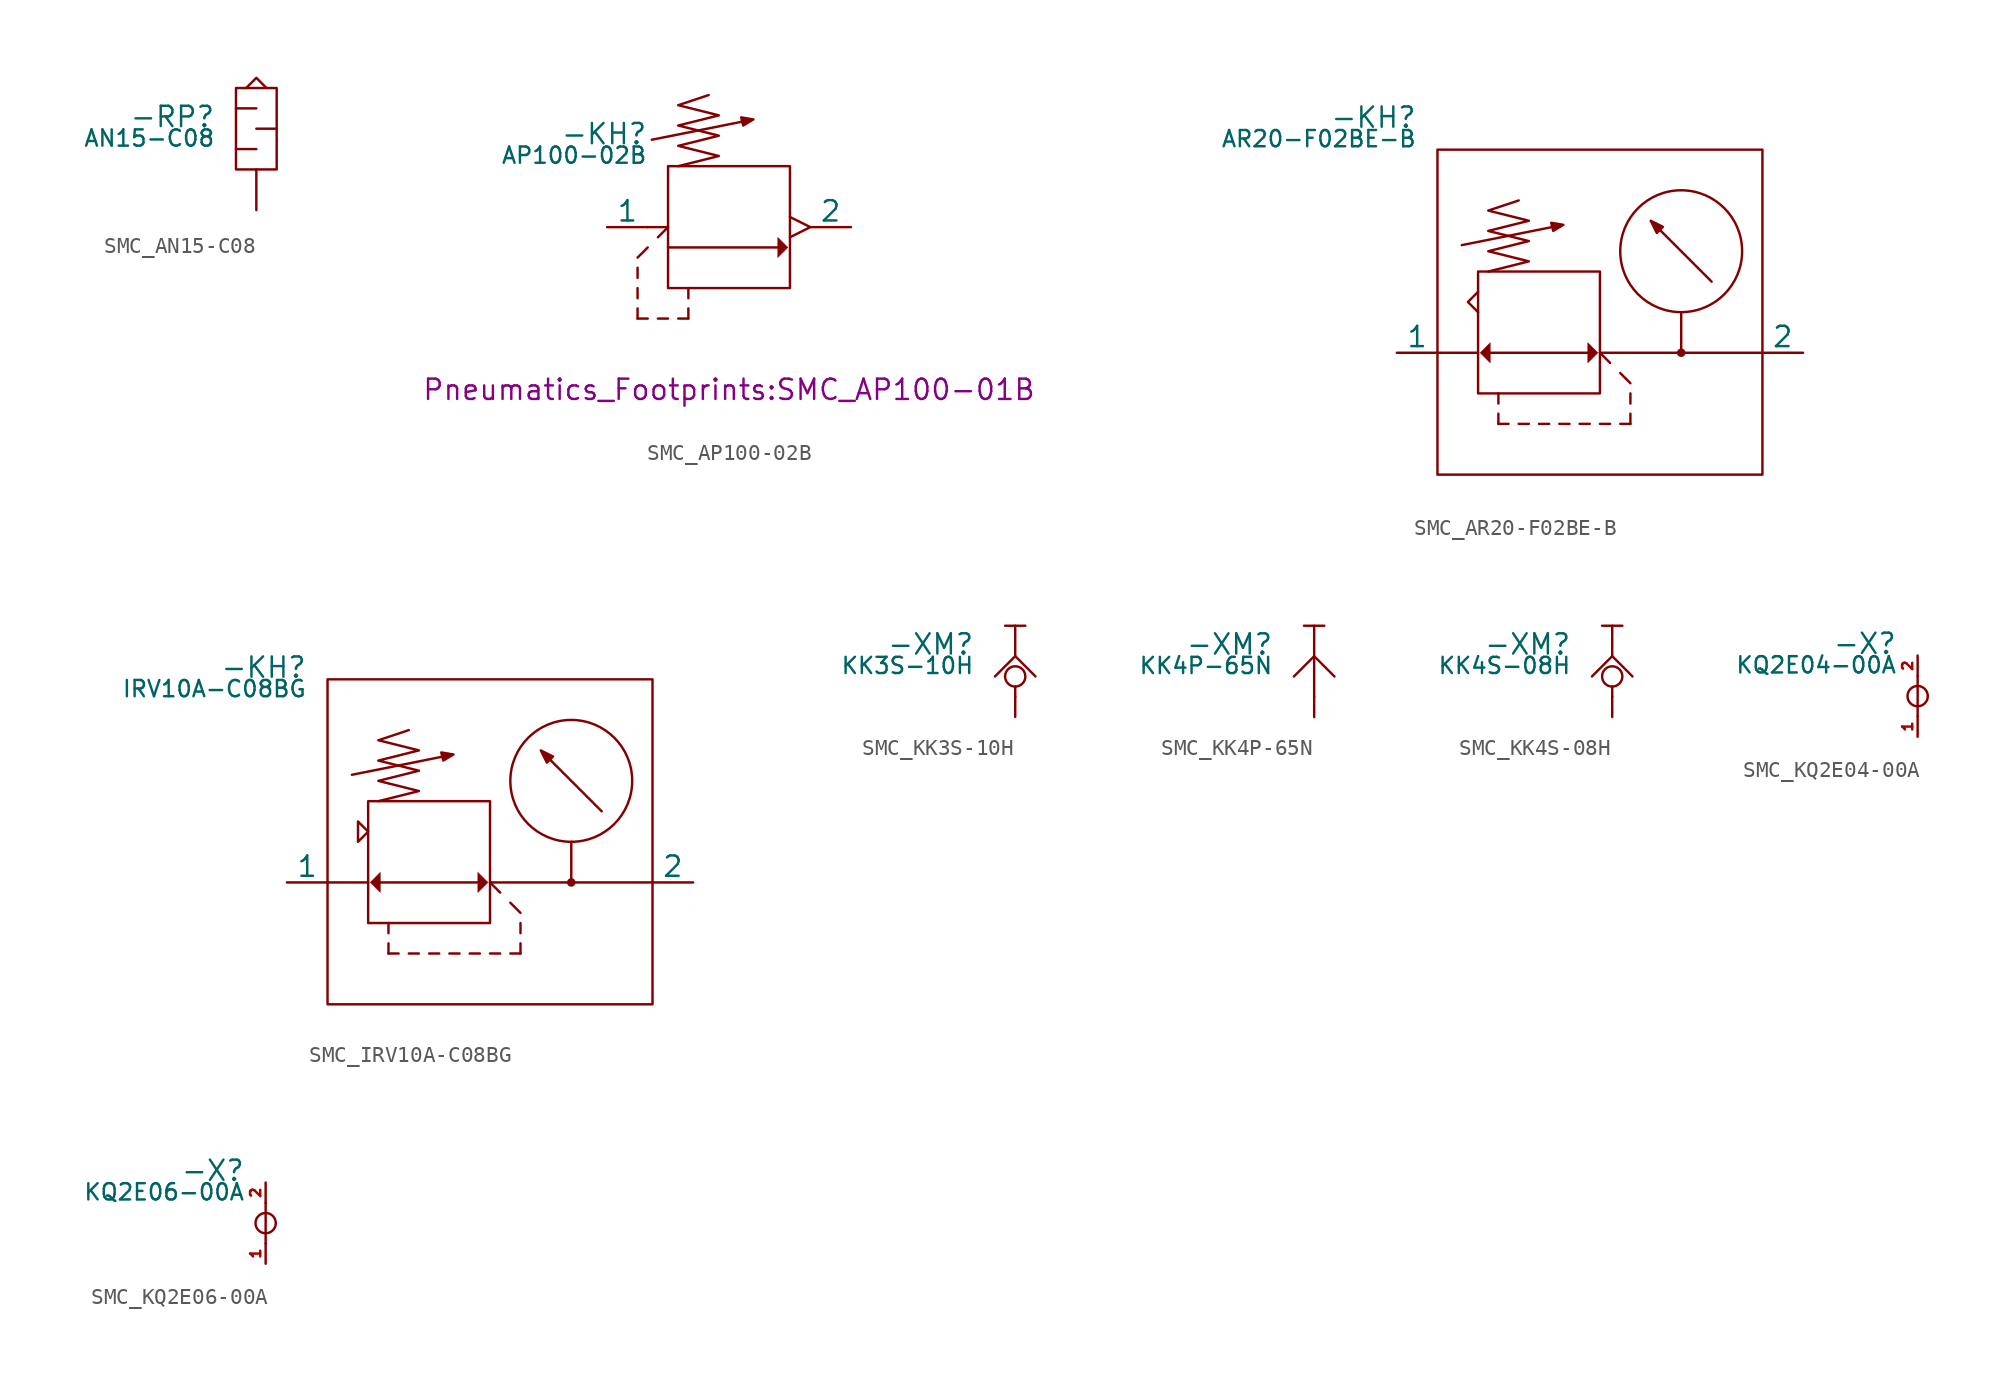
<source format=kicad_sym>
(kicad_symbol_lib
  (version 20231120)
  (generator "kicad_symbol_editor")
  (generator_version "8.0")
  (symbol "SMC_AN15-C08"
    (pin_numbers hide)
    (pin_names hide)
    (property "Reference" "-RP"
      (at -2.54 2.54 0)
      (effects (font (size 1.27 1.27)) (justify right bottom)))
    (property "Value" "${PartNo}"
      (at -2.54 2.54 0)
      (effects (font (size 1.016 1.016)) (justify right top)))
    (property "PartNo" "AN15-C08"
      (at -2.54 2.54 0)
      (effects (font (size 1.016 1.016)) (justify right top) (hide yes)))
    (symbol "SMC_AN15-C08_0_1"
      (rectangle (start -1.27 5.08) (end 1.27 0) (stroke (width 0) (type default)) (fill (type none)))
      (polyline (pts (xy -1.27 1.27) (xy 0 1.27)) (stroke (width 0) (type default)) (fill (type none)))
      (polyline (pts (xy -1.27 3.81) (xy 0 3.81)) (stroke (width 0) (type default)) (fill (type none)))
      (polyline (pts (xy 1.27 2.54) (xy 0 2.54)) (stroke (width 0) (type default)) (fill (type none)))
      (polyline (pts (xy -0.635 5.08) (xy 0 5.715) (xy 0.635 5.08)) (stroke (width 0) (type default)) (fill (type none))))
    (symbol "SMC_AN15-C08_1_1"
      (pin passive line (at 0 -2.54 90) (length 2.54) (name "1" (effects (font (size 1.27 1.27)))) (number "1" (effects (font (size 1.27 1.27)))))))
  (symbol "SMC_AP100-02B"
    (pin_numbers hide)
    (pin_names
      (offset 0))
    (property "Reference" "-KH"
      (at -5.08 5.08 0)
      (effects (font (size 1.27 1.27)) (justify right bottom)))
    (property "Value" "${PartNo}"
      (at -5.08 5.08 0)
      (effects (font (size 1.016 1.016)) (justify right top)))
    (property "Footprint" "Pneumatics_Footprints:SMC_AP100-01B"
      (at 0 -10.16 0)
      (effects (font (size 1.27 1.27))))
    (property "PartNo" "AP100-02B"
      (at -5.08 5.08 0)
      (effects (font (size 1.016 1.016)) (justify right top) (hide yes)))
    (symbol "SMC_AP100-02B_0_1"
      (rectangle (start -3.81 3.81) (end 3.81 -3.81) (stroke (width 0) (type default)) (fill (type none)))
      (polyline (pts (xy -5.715 -5.08) (xy -5.715 -5.715)) (stroke (width 0) (type default)) (fill (type none)))
      (polyline (pts (xy -5.715 -3.81) (xy -5.715 -4.445)) (stroke (width 0) (type default)) (fill (type none)))
      (polyline (pts (xy -5.715 -2.54) (xy -5.715 -3.175)) (stroke (width 0) (type default)) (fill (type none)))
      (polyline (pts (xy -5.715 -1.905) (xy -5.08 -1.27)) (stroke (width 0) (type default)) (fill (type none)))
      (polyline (pts (xy -5.08 -5.715) (xy -5.715 -5.715)) (stroke (width 0) (type default)) (fill (type none)))
      (polyline (pts (xy -5.08 0) (xy -3.81 0)) (stroke (width 0) (type default)) (fill (type none)))
      (polyline (pts (xy -4.445 -0.635) (xy -3.81 0)) (stroke (width 0) (type default)) (fill (type none)))
      (polyline (pts (xy -3.81 -5.715) (xy -4.445 -5.715)) (stroke (width 0) (type default)) (fill (type none)))
      (polyline (pts (xy -2.54 -5.715) (xy -3.175 -5.715)) (stroke (width 0) (type default)) (fill (type none)))
      (polyline (pts (xy -2.54 -5.715) (xy -2.54 -5.08)) (stroke (width 0) (type default)) (fill (type none)))
      (polyline (pts (xy -2.54 -4.445) (xy -2.54 -3.81)) (stroke (width 0) (type default)) (fill (type none)))
      (polyline (pts (xy 3.048 -1.27) (xy -3.81 -1.27)) (stroke (width 0) (type default)) (fill (type none)))
      (polyline (pts (xy 3.81 0.635) (xy 5.08 0) (xy 3.81 -0.635)) (stroke (width 0) (type default)) (fill (type none)))
      (polyline (pts (xy 3.683 -1.27) (xy 3.048 -0.635) (xy 3.048 -1.905) (xy 3.683 -1.27)) (stroke (width 0.025) (type default)) (fill (type outline)))
      (polyline (pts (xy -4.826 5.461) (xy 1.524 6.731) (xy 0.889 6.35) (xy 0.762 6.858) (xy 1.524 6.731)) (stroke (width 0) (type default)) (fill (type outline)))
      (polyline (pts (xy -3.175 3.81) (xy -0.635 4.445) (xy -3.175 5.08) (xy -0.635 5.715) (xy -3.175 6.35) (xy -0.635 6.985) (xy -3.175 7.62) (xy -1.27 8.255)) (stroke (width 0) (type default)) (fill (type none))))
    (symbol "SMC_AP100-02B_1_1"
      (pin passive line (at -7.62 0 0) (length 2.54) (name "1" (effects (font (size 1.27 1.27)))) (number "1" (effects (font (size 1.27 1.27)))))
      (pin passive line (at 7.62 0 180) (length 2.54) (name "2" (effects (font (size 1.27 1.27)))) (number "2" (effects (font (size 1.27 1.27)))))))
  (symbol "SMC_AR20-F02BE-B"
    (pin_numbers hide)
    (pin_names
      (offset 0))
    (property "Reference" "-KH"
      (at -11.43 13.97 0)
      (effects (font (size 1.27 1.27)) (justify right bottom)))
    (property "Value" "${PartNo}"
      (at -11.43 13.97 0)
      (effects (font (size 1.016 1.016)) (justify right top)))
    (property "PartNo" "AR20-F02BE-B"
      (at -11.43 13.97 0)
      (effects (font (size 1.016 1.016)) (justify right top) (hide yes)))
    (symbol "SMC_AR20-F02BE-B_0_1"
      (rectangle (start -10.16 12.7) (end 10.16 -7.62) (stroke (width 0) (type default)) (fill (type none)))
      (rectangle (start -7.62 5.08) (end 0 -2.54) (stroke (width 0) (type default)) (fill (type none)))
      (polyline (pts (xy -10.16 0) (xy -7.62 0)) (stroke (width 0) (type default)) (fill (type none)))
      (polyline (pts (xy -6.35 -4.445) (xy -6.35 -3.81)) (stroke (width 0) (type default)) (fill (type none)))
      (polyline (pts (xy -6.35 -3.175) (xy -6.35 -2.54)) (stroke (width 0) (type default)) (fill (type none)))
      (polyline (pts (xy -5.715 -4.445) (xy -6.35 -4.445)) (stroke (width 0) (type default)) (fill (type none)))
      (polyline (pts (xy -4.445 -4.445) (xy -5.08 -4.445)) (stroke (width 0) (type default)) (fill (type none)))
      (polyline (pts (xy -3.175 -4.445) (xy -3.81 -4.445)) (stroke (width 0) (type default)) (fill (type none)))
      (polyline (pts (xy -1.905 -4.445) (xy -2.54 -4.445)) (stroke (width 0) (type default)) (fill (type none)))
      (polyline (pts (xy -0.762 0) (xy -6.858 0)) (stroke (width 0) (type default)) (fill (type none)))
      (polyline (pts (xy -0.635 -4.445) (xy -1.27 -4.445)) (stroke (width 0) (type default)) (fill (type none)))
      (polyline (pts (xy 0 0) (xy 0.635 -0.635)) (stroke (width 0) (type default)) (fill (type none)))
      (polyline (pts (xy 0 0) (xy 10.16 0)) (stroke (width 0) (type default)) (fill (type none)))
      (polyline (pts (xy 0.635 -4.445) (xy 0 -4.445)) (stroke (width 0) (type default)) (fill (type none)))
      (polyline (pts (xy 1.27 -1.27) (xy 1.905 -1.905)) (stroke (width 0) (type default)) (fill (type none)))
      (polyline (pts (xy 1.905 -4.445) (xy 1.27 -4.445)) (stroke (width 0) (type default)) (fill (type none)))
      (polyline (pts (xy 1.905 -3.81) (xy 1.905 -4.445)) (stroke (width 0) (type default)) (fill (type none)))
      (polyline (pts (xy 1.905 -2.54) (xy 1.905 -3.175)) (stroke (width 0) (type default)) (fill (type none)))
      (polyline (pts (xy 5.08 0) (xy 5.08 2.54)) (stroke (width 0) (type default)) (fill (type none)))
      (polyline (pts (xy -7.62 2.54) (xy -8.255 3.175) (xy -7.62 3.81)) (stroke (width 0) (type default)) (fill (type none)))
      (polyline (pts (xy -7.493 0) (xy -6.858 0.635) (xy -6.858 -0.635) (xy -7.493 0)) (stroke (width 0.025) (type default)) (fill (type outline)))
      (polyline (pts (xy -0.127 0) (xy -0.762 0.635) (xy -0.762 -0.635) (xy -0.127 0)) (stroke (width 0.025) (type default)) (fill (type outline)))
      (polyline (pts (xy -8.636 6.731) (xy -2.286 8.001) (xy -2.921 7.62) (xy -3.048 8.128) (xy -2.286 8.001)) (stroke (width 0) (type default)) (fill (type outline)))
      (polyline (pts (xy 6.985 4.445) (xy 3.175 8.255) (xy 3.556 7.493) (xy 3.937 7.874) (xy 3.175 8.255)) (stroke (width 0) (type default)) (fill (type outline)))
      (polyline (pts (xy -6.985 5.08) (xy -4.445 5.715) (xy -6.985 6.35) (xy -4.445 6.985) (xy -6.985 7.62) (xy -4.445 8.255) (xy -6.985 8.89) (xy -5.08 9.525)) (stroke (width 0) (type default)) (fill (type none)))
      (circle (center 5.08 0) (radius 0.254) (stroke (width 0.025) (type default)) (fill (type outline)))
      (circle (center 5.08 6.35) (radius 3.81) (stroke (width 0) (type default)) (fill (type none))))
    (symbol "SMC_AR20-F02BE-B_1_1"
      (pin passive line (at -12.7 0 0) (length 2.54) (name "1" (effects (font (size 1.27 1.27)))) (number "1" (effects (font (size 1.27 1.27)))))
      (pin passive line (at 12.7 0 180) (length 2.54) (name "2" (effects (font (size 1.27 1.27)))) (number "2" (effects (font (size 1.27 1.27)))))))
  (symbol "SMC_IRV10A-C08BG"
    (pin_numbers hide)
    (pin_names
      (offset 0))
    (property "Reference" "-KH"
      (at -11.43 12.7 0)
      (effects (font (size 1.27 1.27)) (justify right bottom)))
    (property "Value" "${PartNo}"
      (at -11.43 12.7 0)
      (effects (font (size 1.016 1.016)) (justify right top)))
    (property "PartNo" "IRV10A-C08BG"
      (at -11.43 12.7 0)
      (effects (font (size 1.016 1.016)) (justify right top) (hide yes)))
    (symbol "SMC_IRV10A-C08BG_0_1"
      (rectangle (start -10.16 12.7) (end 10.16 -7.62) (stroke (width 0) (type default)) (fill (type none)))
      (rectangle (start -7.62 5.08) (end 0 -2.54) (stroke (width 0) (type default)) (fill (type none)))
      (polyline (pts (xy -10.16 0) (xy -7.62 0)) (stroke (width 0) (type default)) (fill (type none)))
      (polyline (pts (xy -6.35 -4.445) (xy -6.35 -3.81)) (stroke (width 0) (type default)) (fill (type none)))
      (polyline (pts (xy -6.35 -3.175) (xy -6.35 -2.54)) (stroke (width 0) (type default)) (fill (type none)))
      (polyline (pts (xy -5.715 -4.445) (xy -6.35 -4.445)) (stroke (width 0) (type default)) (fill (type none)))
      (polyline (pts (xy -4.445 -4.445) (xy -5.08 -4.445)) (stroke (width 0) (type default)) (fill (type none)))
      (polyline (pts (xy -3.175 -4.445) (xy -3.81 -4.445)) (stroke (width 0) (type default)) (fill (type none)))
      (polyline (pts (xy -1.905 -4.445) (xy -2.54 -4.445)) (stroke (width 0) (type default)) (fill (type none)))
      (polyline (pts (xy -0.762 0) (xy -6.858 0)) (stroke (width 0) (type default)) (fill (type none)))
      (polyline (pts (xy -0.635 -4.445) (xy -1.27 -4.445)) (stroke (width 0) (type default)) (fill (type none)))
      (polyline (pts (xy 0 0) (xy 0.635 -0.635)) (stroke (width 0) (type default)) (fill (type none)))
      (polyline (pts (xy 0 0) (xy 10.16 0)) (stroke (width 0) (type default)) (fill (type none)))
      (polyline (pts (xy 0.635 -4.445) (xy 0 -4.445)) (stroke (width 0) (type default)) (fill (type none)))
      (polyline (pts (xy 1.27 -1.27) (xy 1.905 -1.905)) (stroke (width 0) (type default)) (fill (type none)))
      (polyline (pts (xy 1.905 -4.445) (xy 1.27 -4.445)) (stroke (width 0) (type default)) (fill (type none)))
      (polyline (pts (xy 1.905 -3.81) (xy 1.905 -4.445)) (stroke (width 0) (type default)) (fill (type none)))
      (polyline (pts (xy 1.905 -2.54) (xy 1.905 -3.175)) (stroke (width 0) (type default)) (fill (type none)))
      (polyline (pts (xy 5.08 0) (xy 5.08 2.54)) (stroke (width 0) (type default)) (fill (type none)))
      (polyline (pts (xy -8.255 2.54) (xy -7.62 3.175) (xy -8.255 3.81) (xy -8.255 2.54)) (stroke (width 0) (type default)) (fill (type none)))
      (polyline (pts (xy -7.493 0) (xy -6.858 0.635) (xy -6.858 -0.635) (xy -7.493 0)) (stroke (width 0.025) (type default)) (fill (type outline)))
      (polyline (pts (xy -0.127 0) (xy -0.762 0.635) (xy -0.762 -0.635) (xy -0.127 0)) (stroke (width 0.025) (type default)) (fill (type outline)))
      (polyline (pts (xy -8.636 6.731) (xy -2.286 8.001) (xy -2.921 7.62) (xy -3.048 8.128) (xy -2.286 8.001)) (stroke (width 0) (type default)) (fill (type outline)))
      (polyline (pts (xy 6.985 4.445) (xy 3.175 8.255) (xy 3.556 7.493) (xy 3.937 7.874) (xy 3.175 8.255)) (stroke (width 0) (type default)) (fill (type outline)))
      (polyline (pts (xy -6.985 5.08) (xy -4.445 5.715) (xy -6.985 6.35) (xy -4.445 6.985) (xy -6.985 7.62) (xy -4.445 8.255) (xy -6.985 8.89) (xy -5.08 9.525)) (stroke (width 0) (type default)) (fill (type none)))
      (circle (center 5.08 0) (radius 0.254) (stroke (width 0.025) (type default)) (fill (type outline)))
      (circle (center 5.08 6.35) (radius 3.81) (stroke (width 0) (type default)) (fill (type none))))
    (symbol "SMC_IRV10A-C08BG_1_1"
      (pin passive line (at -12.7 0 0) (length 2.54) (name "1" (effects (font (size 1.27 1.27)))) (number "1" (effects (font (size 1.27 1.27)))))
      (pin passive line (at 12.7 0 180) (length 2.54) (name "2" (effects (font (size 1.27 1.27)))) (number "2" (effects (font (size 1.27 1.27)))))))
  (symbol "SMC_KK3S-10H"
    (pin_numbers hide)
    (pin_names hide)
    (property "Reference" "-XM"
      (at -2.54 1.27 0)
      (effects (font (size 1.27 1.27)) (justify right bottom)))
    (property "Value" "${PartNo}"
      (at -2.54 1.27 0)
      (effects (font (size 1.016 1.016)) (justify right top)))
    (property "PartNo" "KK3S-10H"
      (at -2.54 1.27 0)
      (effects (font (size 1.016 1.016)) (justify right top) (hide yes)))
    (symbol "SMC_KK3S-10H_0_1"
      (polyline (pts (xy -0.635 3.175) (xy 0.635 3.175)) (stroke (width 0) (type default)) (fill (type none)))
      (polyline (pts (xy 0 -0.635) (xy 0 -1.27)) (stroke (width 0) (type default)) (fill (type none)))
      (polyline (pts (xy 0 3.175) (xy 0 1.27)) (stroke (width 0) (type default)) (fill (type none)))
      (polyline (pts (xy -1.27 0) (xy 0 1.27) (xy 1.27 0)) (stroke (width 0) (type default)) (fill (type none)))
      (circle (center 0 0) (radius 0.635) (stroke (width 0) (type default)) (fill (type none))))
    (symbol "SMC_KK3S-10H_1_1"
      (pin passive line (at 0 -2.54 90) (length 1.27) (name "1" (effects (font (size 1.27 1.27)))) (number "1" (effects (font (size 1.27 1.27)))))))
  (symbol "SMC_KK4P-65N"
    (pin_numbers hide)
    (pin_names hide)
    (property "Reference" "-XM"
      (at -2.54 1.27 0)
      (effects (font (size 1.27 1.27)) (justify right bottom)))
    (property "Value" "${PartNo}"
      (at -2.54 1.27 0)
      (effects (font (size 1.016 1.016)) (justify right top)))
    (property "PartNo" "KK4P-65N"
      (at -2.54 1.27 0)
      (effects (font (size 1.016 1.016)) (justify right top) (hide yes)))
    (symbol "SMC_KK4P-65N_0_1"
      (polyline (pts (xy -0.635 3.175) (xy 0.635 3.175)) (stroke (width 0) (type default)) (fill (type none)))
      (polyline (pts (xy 0 3.175) (xy 0 -1.27)) (stroke (width 0) (type default)) (fill (type none)))
      (polyline (pts (xy -1.27 0) (xy 0 1.27) (xy 1.27 0)) (stroke (width 0) (type default)) (fill (type none))))
    (symbol "SMC_KK4P-65N_1_1"
      (pin passive line (at 0 -2.54 90) (length 1.27) (name "1" (effects (font (size 1.27 1.27)))) (number "1" (effects (font (size 1.27 1.27)))))))
  (symbol "SMC_KK4S-08H"
    (pin_numbers hide)
    (pin_names hide)
    (property "Reference" "-XM"
      (at -2.54 1.27 0)
      (effects (font (size 1.27 1.27)) (justify right bottom)))
    (property "Value" "${PartNo}"
      (at -2.54 1.27 0)
      (effects (font (size 1.016 1.016)) (justify right top)))
    (property "PartNo" "KK4S-08H"
      (at -2.54 1.27 0)
      (effects (font (size 1.016 1.016)) (justify right top) (hide yes)))
    (symbol "SMC_KK4S-08H_0_1"
      (polyline (pts (xy -0.635 3.175) (xy 0.635 3.175)) (stroke (width 0) (type default)) (fill (type none)))
      (polyline (pts (xy 0 -0.635) (xy 0 -1.27)) (stroke (width 0) (type default)) (fill (type none)))
      (polyline (pts (xy 0 3.175) (xy 0 1.27)) (stroke (width 0) (type default)) (fill (type none)))
      (polyline (pts (xy -1.27 0) (xy 0 1.27) (xy 1.27 0)) (stroke (width 0) (type default)) (fill (type none)))
      (circle (center 0 0) (radius 0.635) (stroke (width 0) (type default)) (fill (type none))))
    (symbol "SMC_KK4S-08H_1_1"
      (pin passive line (at 0 -2.54 90) (length 1.27) (name "1" (effects (font (size 1.27 1.27)))) (number "1" (effects (font (size 1.27 1.27)))))))
  (symbol "SMC_KQ2E04-00A"
    (pin_names hide)
    (property "Reference" "-X"
      (at -1.27 2.54 0)
      (effects (font (size 1.27 1.27)) (justify right bottom)))
    (property "Value" "${PartNo}"
      (at -1.27 2.54 0)
      (effects (font (size 1.016 1.016)) (justify right top)))
    (property "PartNo" "KQ2E04-00A"
      (at -1.27 2.54 0)
      (effects (font (size 1.016 1.016)) (justify right top) (hide yes)))
    (symbol "SMC_KQ2E04-00A_0_1"
      (polyline (pts (xy 0 1.27) (xy 0 -1.27)) (stroke (width 0) (type default)) (fill (type none)))
      (circle (center 0 0) (radius 0.635) (stroke (width 0) (type default)) (fill (type none))))
    (symbol "SMC_KQ2E04-00A_1_1"
      (pin passive line (at 0 -2.54 90) (length 1.27) (name "1" (effects (font (size 1.27 1.27)))) (number "1" (effects (font (size 0.635 0.635)))))
      (pin passive line (at 0 2.54 270) (length 1.27) (name "2" (effects (font (size 1.27 1.27)))) (number "2" (effects (font (size 0.635 0.635)))))))
  (symbol "SMC_KQ2E06-00A"
    (pin_names hide)
    (property "Reference" "-X"
      (at -1.27 2.54 0)
      (effects (font (size 1.27 1.27)) (justify right bottom)))
    (property "Value" "${PartNo}"
      (at -1.27 2.54 0)
      (effects (font (size 1.016 1.016)) (justify right top)))
    (property "PartNo" "KQ2E06-00A"
      (at -1.27 2.54 0)
      (effects (font (size 1.016 1.016)) (justify right top) (hide yes)))
    (symbol "SMC_KQ2E06-00A_0_1"
      (polyline (pts (xy 0 1.27) (xy 0 -1.27)) (stroke (width 0) (type default)) (fill (type none)))
      (circle (center 0 0) (radius 0.635) (stroke (width 0) (type default)) (fill (type none))))
    (symbol "SMC_KQ2E06-00A_1_1"
      (pin passive line (at 0 -2.54 90) (length 1.27) (name "1" (effects (font (size 1.27 1.27)))) (number "1" (effects (font (size 0.635 0.635)))))
      (pin passive line (at 0 2.54 270) (length 1.27) (name "2" (effects (font (size 1.27 1.27)))) (number "2" (effects (font (size 0.635 0.635))))))))
</source>
